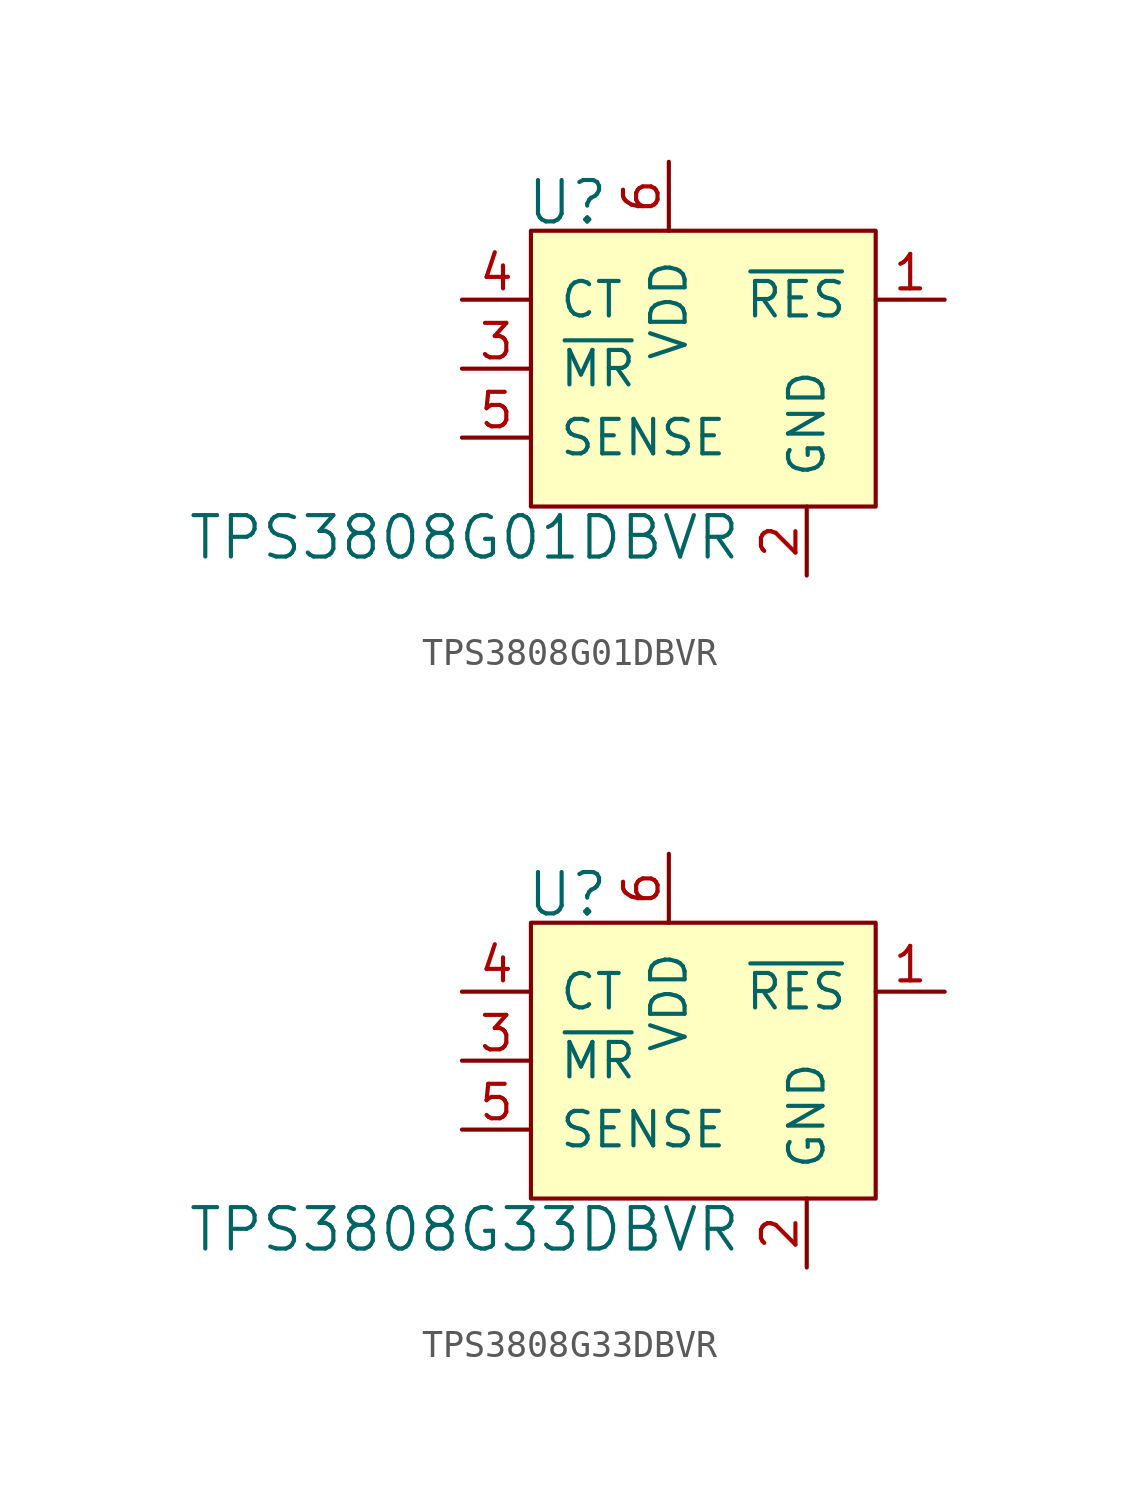
<source format=kicad_sym>
(kicad_symbol_lib
  (version 20220914)
  (generator kicad_symbol_editor)
  (symbol "TPS3808G01DBVR"
    (pin_names
      (offset 1.016))
    (property "Reference" "U"
      (at -5.283 3.581 0)
      (effects (font (size 1.524 1.524)) (justify left)))
    (property "Value" "TPS3808G01DBVR"
      (at 2.692 -8.763 0)
      (effects (font (size 1.524 1.524)) (justify right)))
    (symbol "TPS3808G01DBVR_0_1"
      (rectangle (start -5.08 2.54) (end 7.62 -7.62) (stroke (width 0) (type solid)) (fill (type background))))
    (symbol "TPS3808G01DBVR_1_1"
      (pin output line (at 10.16 0 180) (length 2.54) (name "~{RES}" (effects (font (size 1.27 1.27)))) (number "1" (effects (font (size 1.27 1.27)))))
      (pin power_in line (at 5.08 -10.16 90) (length 2.54) (name "GND" (effects (font (size 1.27 1.27)))) (number "2" (effects (font (size 1.27 1.27)))))
      (pin input line (at -7.62 -2.54 0) (length 2.54) (name "~{MR}" (effects (font (size 1.27 1.27)))) (number "3" (effects (font (size 1.27 1.27)))))
      (pin input line (at -7.62 0 0) (length 2.54) (name "CT" (effects (font (size 1.27 1.27)))) (number "4" (effects (font (size 1.27 1.27)))))
      (pin input line (at -7.62 -5.08 0) (length 2.54) (name "SENSE" (effects (font (size 1.27 1.27)))) (number "5" (effects (font (size 1.27 1.27)))))
      (pin power_in line (at 0 5.08 270) (length 2.54) (name "VDD" (effects (font (size 1.27 1.27)))) (number "6" (effects (font (size 1.27 1.27)))))))
  (symbol "TPS3808G33DBVR"
    (pin_names
      (offset 1.016))
    (property "Reference" "U"
      (at -5.283 3.581 0)
      (effects (font (size 1.524 1.524)) (justify left)))
    (property "Value" "TPS3808G33DBVR"
      (at 2.692 -8.763 0)
      (effects (font (size 1.524 1.524)) (justify right)))
    (symbol "TPS3808G33DBVR_0_1"
      (rectangle (start -5.08 2.54) (end 7.62 -7.62) (stroke (width 0) (type solid)) (fill (type background))))
    (symbol "TPS3808G33DBVR_1_1"
      (pin output line (at 10.16 0 180) (length 2.54) (name "~{RES}" (effects (font (size 1.27 1.27)))) (number "1" (effects (font (size 1.27 1.27)))))
      (pin power_in line (at 5.08 -10.16 90) (length 2.54) (name "GND" (effects (font (size 1.27 1.27)))) (number "2" (effects (font (size 1.27 1.27)))))
      (pin input line (at -7.62 -2.54 0) (length 2.54) (name "~{MR}" (effects (font (size 1.27 1.27)))) (number "3" (effects (font (size 1.27 1.27)))))
      (pin input line (at -7.62 0 0) (length 2.54) (name "CT" (effects (font (size 1.27 1.27)))) (number "4" (effects (font (size 1.27 1.27)))))
      (pin input line (at -7.62 -5.08 0) (length 2.54) (name "SENSE" (effects (font (size 1.27 1.27)))) (number "5" (effects (font (size 1.27 1.27)))))
      (pin power_in line (at 0 5.08 270) (length 2.54) (name "VDD" (effects (font (size 1.27 1.27)))) (number "6" (effects (font (size 1.27 1.27))))))))
</source>
